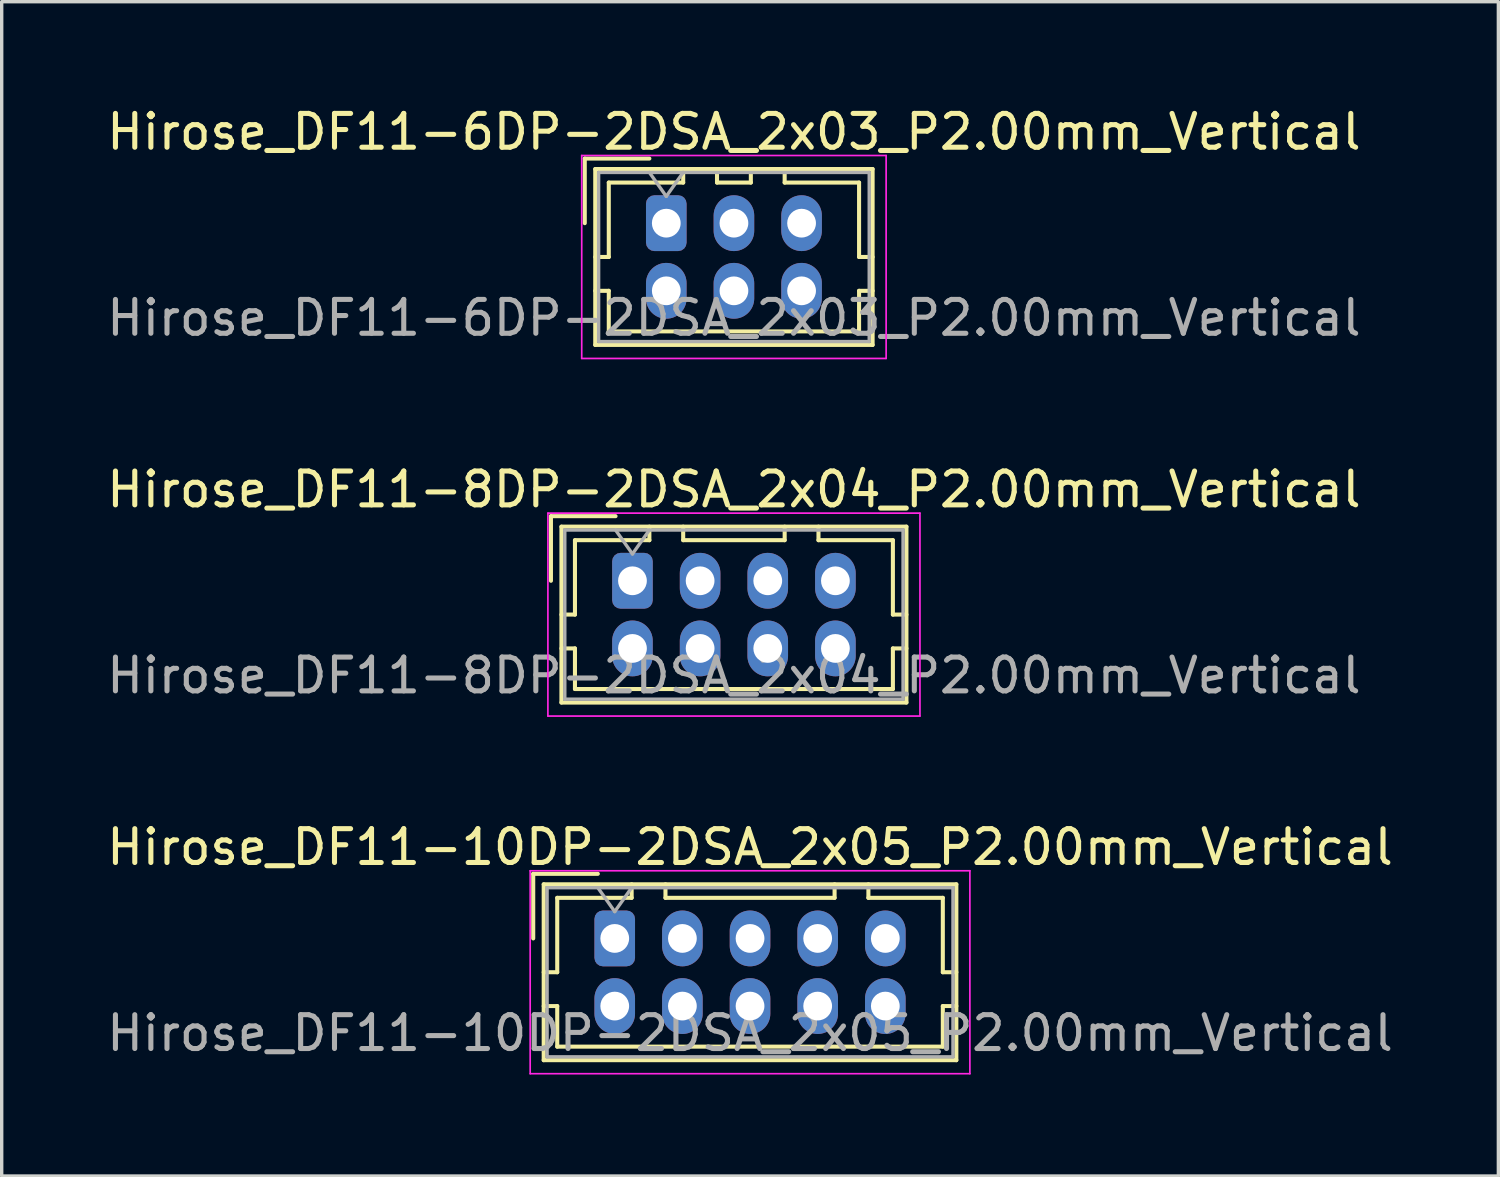
<source format=kicad_pcb>
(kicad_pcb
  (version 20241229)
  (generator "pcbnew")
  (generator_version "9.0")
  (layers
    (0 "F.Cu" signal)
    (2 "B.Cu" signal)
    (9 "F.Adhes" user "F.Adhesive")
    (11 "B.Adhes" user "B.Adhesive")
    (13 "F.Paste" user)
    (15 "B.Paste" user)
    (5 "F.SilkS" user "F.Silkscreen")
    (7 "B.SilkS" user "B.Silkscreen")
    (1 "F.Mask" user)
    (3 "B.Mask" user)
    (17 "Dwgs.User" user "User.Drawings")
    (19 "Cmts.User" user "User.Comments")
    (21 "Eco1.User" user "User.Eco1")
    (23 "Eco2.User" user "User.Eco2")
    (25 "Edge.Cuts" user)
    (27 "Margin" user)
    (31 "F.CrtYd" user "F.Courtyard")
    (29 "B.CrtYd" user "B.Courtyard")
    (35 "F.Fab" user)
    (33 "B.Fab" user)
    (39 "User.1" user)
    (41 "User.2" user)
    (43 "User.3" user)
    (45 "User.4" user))
  (footprint "Hirose_DF11-6DP-2DSA_2x03_P2.00mm_Vertical"
    (layer "F.Cu")
    (at 16.649 3.548)
    (property "Reference" "Hirose_DF11-6DP-2DSA_2x03_P2.00mm_Vertical" (at 2 -2.7 0) (layer "F.SilkS") (effects (font (size 1 1) (thickness 0.15))))
    (attr through_hole)
    (fp_line (start -2.41 -1.91) (end -0.5 -1.91) (stroke (width 0.12) (type solid)) (layer "F.SilkS"))
    (fp_line (start -2.41 0) (end -2.41 -1.91) (stroke (width 0.12) (type solid)) (layer "F.SilkS"))
    (fp_line (start -2.1 -1.6) (end -2.1 3.6) (stroke (width 0.12) (type solid)) (layer "F.SilkS"))
    (fp_line (start -2.1 1) (end -1.7 1) (stroke (width 0.12) (type solid)) (layer "F.SilkS"))
    (fp_line (start -2.1 2) (end -1.7 2) (stroke (width 0.12) (type solid)) (layer "F.SilkS"))
    (fp_line (start -2.1 3.6) (end 6.1 3.6) (stroke (width 0.12) (type solid)) (layer "F.SilkS"))
    (fp_line (start -1.7 -1.2) (end 0.5 -1.2) (stroke (width 0.12) (type solid)) (layer "F.SilkS"))
    (fp_line (start -1.7 1) (end -1.7 -1.2) (stroke (width 0.12) (type solid)) (layer "F.SilkS"))
    (fp_line (start -1.7 2) (end -1.7 3.2) (stroke (width 0.12) (type solid)) (layer "F.SilkS"))
    (fp_line (start -1.7 3.2) (end 5.7 3.2) (stroke (width 0.12) (type solid)) (layer "F.SilkS"))
    (fp_line (start 0.5 -1.2) (end 0.5 -1.6) (stroke (width 0.12) (type solid)) (layer "F.SilkS"))
    (fp_line (start 1.5 -1.6) (end 1.5 -1.2) (stroke (width 0.12) (type solid)) (layer "F.SilkS"))
    (fp_line (start 1.5 -1.2) (end 2.5 -1.2) (stroke (width 0.12) (type solid)) (layer "F.SilkS"))
    (fp_line (start 2.5 -1.2) (end 2.5 -1.6) (stroke (width 0.12) (type solid)) (layer "F.SilkS"))
    (fp_line (start 3.5 -1.2) (end 3.5 -1.6) (stroke (width 0.12) (type solid)) (layer "F.SilkS"))
    (fp_line (start 5.7 -1.2) (end 3.5 -1.2) (stroke (width 0.12) (type solid)) (layer "F.SilkS"))
    (fp_line (start 5.7 1) (end 5.7 -1.2) (stroke (width 0.12) (type solid)) (layer "F.SilkS"))
    (fp_line (start 5.7 2) (end 6.1 2) (stroke (width 0.12) (type solid)) (layer "F.SilkS"))
    (fp_line (start 5.7 3.2) (end 5.7 2) (stroke (width 0.12) (type solid)) (layer "F.SilkS"))
    (fp_line (start 6.1 -1.6) (end -2.1 -1.6) (stroke (width 0.12) (type solid)) (layer "F.SilkS"))
    (fp_line (start 6.1 1) (end 5.7 1) (stroke (width 0.12) (type solid)) (layer "F.SilkS"))
    (fp_line (start 6.1 3.6) (end 6.1 -1.6) (stroke (width 0.12) (type solid)) (layer "F.SilkS"))
    (fp_line (start -2.5 -2) (end -2.5 4) (stroke (width 0.05) (type solid)) (layer "F.CrtYd"))
    (fp_line (start -2.5 4) (end 6.5 4) (stroke (width 0.05) (type solid)) (layer "F.CrtYd"))
    (fp_line (start 6.5 -2) (end -2.5 -2) (stroke (width 0.05) (type solid)) (layer "F.CrtYd"))
    (fp_line (start 6.5 4) (end 6.5 -2) (stroke (width 0.05) (type solid)) (layer "F.CrtYd"))
    (fp_line (start -2 -1.5) (end -2 3.5) (stroke (width 0.1) (type solid)) (layer "F.Fab"))
    (fp_line (start -2 3.5) (end 6 3.5) (stroke (width 0.1) (type solid)) (layer "F.Fab"))
    (fp_line (start -0.5 -1.5) (end 0 -0.793) (stroke (width 0.1) (type solid)) (layer "F.Fab"))
    (fp_line (start 0 -0.793) (end 0.5 -1.5) (stroke (width 0.1) (type solid)) (layer "F.Fab"))
    (fp_line (start 6 -1.5) (end -2 -1.5) (stroke (width 0.1) (type solid)) (layer "F.Fab"))
    (fp_line (start 6 3.5) (end 6 -1.5) (stroke (width 0.1) (type solid)) (layer "F.Fab"))
    (fp_text user "${REFERENCE}" (at 2 2.8 0) (layer "F.Fab") (effects (font (size 1 1) (thickness 0.15))))
    (pad "1" thru_hole roundrect (at 0 0) (size 1.2 1.65) (drill 0.85) (layers "*.Cu" "*.Mask") (roundrect_rratio 0.208))
    (pad "2" thru_hole oval (at 0 2) (size 1.2 1.65) (drill 0.85) (layers "*.Cu" "*.Mask"))
    (pad "3" thru_hole oval (at 2 0) (size 1.2 1.65) (drill 0.85) (layers "*.Cu" "*.Mask"))
    (pad "4" thru_hole oval (at 2 2) (size 1.2 1.65) (drill 0.85) (layers "*.Cu" "*.Mask"))
    (pad "5" thru_hole oval (at 4 0) (size 1.2 1.65) (drill 0.85) (layers "*.Cu" "*.Mask"))
    (pad "6" thru_hole oval (at 4 2) (size 1.2 1.65) (drill 0.85) (layers "*.Cu" "*.Mask")))
  (footprint "Hirose_DF11-8DP-2DSA_2x04_P2.00mm_Vertical"
    (layer "F.Cu")
    (at 15.649 14.121)
    (property "Reference" "Hirose_DF11-8DP-2DSA_2x04_P2.00mm_Vertical" (at 3 -2.7 0) (layer "F.SilkS") (effects (font (size 1 1) (thickness 0.15))))
    (attr through_hole)
    (fp_line (start -2.41 -1.91) (end -0.5 -1.91) (stroke (width 0.12) (type solid)) (layer "F.SilkS"))
    (fp_line (start -2.41 0) (end -2.41 -1.91) (stroke (width 0.12) (type solid)) (layer "F.SilkS"))
    (fp_line (start -2.1 -1.6) (end -2.1 3.6) (stroke (width 0.12) (type solid)) (layer "F.SilkS"))
    (fp_line (start -2.1 1) (end -1.7 1) (stroke (width 0.12) (type solid)) (layer "F.SilkS"))
    (fp_line (start -2.1 2) (end -1.7 2) (stroke (width 0.12) (type solid)) (layer "F.SilkS"))
    (fp_line (start -2.1 3.6) (end 8.1 3.6) (stroke (width 0.12) (type solid)) (layer "F.SilkS"))
    (fp_line (start -1.7 -1.2) (end 0.5 -1.2) (stroke (width 0.12) (type solid)) (layer "F.SilkS"))
    (fp_line (start -1.7 1) (end -1.7 -1.2) (stroke (width 0.12) (type solid)) (layer "F.SilkS"))
    (fp_line (start -1.7 2) (end -1.7 3.2) (stroke (width 0.12) (type solid)) (layer "F.SilkS"))
    (fp_line (start -1.7 3.2) (end 7.7 3.2) (stroke (width 0.12) (type solid)) (layer "F.SilkS"))
    (fp_line (start 0.5 -1.2) (end 0.5 -1.6) (stroke (width 0.12) (type solid)) (layer "F.SilkS"))
    (fp_line (start 1.5 -1.6) (end 1.5 -1.2) (stroke (width 0.12) (type solid)) (layer "F.SilkS"))
    (fp_line (start 1.5 -1.2) (end 4.5 -1.2) (stroke (width 0.12) (type solid)) (layer "F.SilkS"))
    (fp_line (start 4.5 -1.2) (end 4.5 -1.6) (stroke (width 0.12) (type solid)) (layer "F.SilkS"))
    (fp_line (start 5.5 -1.2) (end 5.5 -1.6) (stroke (width 0.12) (type solid)) (layer "F.SilkS"))
    (fp_line (start 7.7 -1.2) (end 5.5 -1.2) (stroke (width 0.12) (type solid)) (layer "F.SilkS"))
    (fp_line (start 7.7 1) (end 7.7 -1.2) (stroke (width 0.12) (type solid)) (layer "F.SilkS"))
    (fp_line (start 7.7 2) (end 8.1 2) (stroke (width 0.12) (type solid)) (layer "F.SilkS"))
    (fp_line (start 7.7 3.2) (end 7.7 2) (stroke (width 0.12) (type solid)) (layer "F.SilkS"))
    (fp_line (start 8.1 -1.6) (end -2.1 -1.6) (stroke (width 0.12) (type solid)) (layer "F.SilkS"))
    (fp_line (start 8.1 1) (end 7.7 1) (stroke (width 0.12) (type solid)) (layer "F.SilkS"))
    (fp_line (start 8.1 3.6) (end 8.1 -1.6) (stroke (width 0.12) (type solid)) (layer "F.SilkS"))
    (fp_line (start -2.5 -2) (end -2.5 4) (stroke (width 0.05) (type solid)) (layer "F.CrtYd"))
    (fp_line (start -2.5 4) (end 8.5 4) (stroke (width 0.05) (type solid)) (layer "F.CrtYd"))
    (fp_line (start 8.5 -2) (end -2.5 -2) (stroke (width 0.05) (type solid)) (layer "F.CrtYd"))
    (fp_line (start 8.5 4) (end 8.5 -2) (stroke (width 0.05) (type solid)) (layer "F.CrtYd"))
    (fp_line (start -2 -1.5) (end -2 3.5) (stroke (width 0.1) (type solid)) (layer "F.Fab"))
    (fp_line (start -2 3.5) (end 8 3.5) (stroke (width 0.1) (type solid)) (layer "F.Fab"))
    (fp_line (start -0.5 -1.5) (end 0 -0.793) (stroke (width 0.1) (type solid)) (layer "F.Fab"))
    (fp_line (start 0 -0.793) (end 0.5 -1.5) (stroke (width 0.1) (type solid)) (layer "F.Fab"))
    (fp_line (start 8 -1.5) (end -2 -1.5) (stroke (width 0.1) (type solid)) (layer "F.Fab"))
    (fp_line (start 8 3.5) (end 8 -1.5) (stroke (width 0.1) (type solid)) (layer "F.Fab"))
    (fp_text user "${REFERENCE}" (at 3 2.8 0) (layer "F.Fab") (effects (font (size 1 1) (thickness 0.15))))
    (pad "1" thru_hole roundrect (at 0 0) (size 1.2 1.65) (drill 0.85) (layers "*.Cu" "*.Mask") (roundrect_rratio 0.208))
    (pad "2" thru_hole oval (at 0 2) (size 1.2 1.65) (drill 0.85) (layers "*.Cu" "*.Mask"))
    (pad "3" thru_hole oval (at 2 0) (size 1.2 1.65) (drill 0.85) (layers "*.Cu" "*.Mask"))
    (pad "4" thru_hole oval (at 2 2) (size 1.2 1.65) (drill 0.85) (layers "*.Cu" "*.Mask"))
    (pad "5" thru_hole oval (at 4 0) (size 1.2 1.65) (drill 0.85) (layers "*.Cu" "*.Mask"))
    (pad "6" thru_hole oval (at 4 2) (size 1.2 1.65) (drill 0.85) (layers "*.Cu" "*.Mask"))
    (pad "7" thru_hole oval (at 6 0) (size 1.2 1.65) (drill 0.85) (layers "*.Cu" "*.Mask"))
    (pad "8" thru_hole oval (at 6 2) (size 1.2 1.65) (drill 0.85) (layers "*.Cu" "*.Mask")))
  (footprint "Hirose_DF11-10DP-2DSA_2x05_P2.00mm_Vertical"
    (layer "F.Cu")
    (at 15.125 24.695)
    (property "Reference" "Hirose_DF11-10DP-2DSA_2x05_P2.00mm_Vertical" (at 4 -2.7 0) (layer "F.SilkS") (effects (font (size 1 1) (thickness 0.15))))
    (attr through_hole)
    (fp_line (start -2.41 -1.91) (end -0.5 -1.91) (stroke (width 0.12) (type solid)) (layer "F.SilkS"))
    (fp_line (start -2.41 0) (end -2.41 -1.91) (stroke (width 0.12) (type solid)) (layer "F.SilkS"))
    (fp_line (start -2.1 -1.6) (end -2.1 3.6) (stroke (width 0.12) (type solid)) (layer "F.SilkS"))
    (fp_line (start -2.1 1) (end -1.7 1) (stroke (width 0.12) (type solid)) (layer "F.SilkS"))
    (fp_line (start -2.1 2) (end -1.7 2) (stroke (width 0.12) (type solid)) (layer "F.SilkS"))
    (fp_line (start -2.1 3.6) (end 10.1 3.6) (stroke (width 0.12) (type solid)) (layer "F.SilkS"))
    (fp_line (start -1.7 -1.2) (end 0.5 -1.2) (stroke (width 0.12) (type solid)) (layer "F.SilkS"))
    (fp_line (start -1.7 1) (end -1.7 -1.2) (stroke (width 0.12) (type solid)) (layer "F.SilkS"))
    (fp_line (start -1.7 2) (end -1.7 3.2) (stroke (width 0.12) (type solid)) (layer "F.SilkS"))
    (fp_line (start -1.7 3.2) (end 9.7 3.2) (stroke (width 0.12) (type solid)) (layer "F.SilkS"))
    (fp_line (start 0.5 -1.2) (end 0.5 -1.6) (stroke (width 0.12) (type solid)) (layer "F.SilkS"))
    (fp_line (start 1.5 -1.6) (end 1.5 -1.2) (stroke (width 0.12) (type solid)) (layer "F.SilkS"))
    (fp_line (start 1.5 -1.2) (end 6.5 -1.2) (stroke (width 0.12) (type solid)) (layer "F.SilkS"))
    (fp_line (start 6.5 -1.2) (end 6.5 -1.6) (stroke (width 0.12) (type solid)) (layer "F.SilkS"))
    (fp_line (start 7.5 -1.2) (end 7.5 -1.6) (stroke (width 0.12) (type solid)) (layer "F.SilkS"))
    (fp_line (start 9.7 -1.2) (end 7.5 -1.2) (stroke (width 0.12) (type solid)) (layer "F.SilkS"))
    (fp_line (start 9.7 1) (end 9.7 -1.2) (stroke (width 0.12) (type solid)) (layer "F.SilkS"))
    (fp_line (start 9.7 2) (end 10.1 2) (stroke (width 0.12) (type solid)) (layer "F.SilkS"))
    (fp_line (start 9.7 3.2) (end 9.7 2) (stroke (width 0.12) (type solid)) (layer "F.SilkS"))
    (fp_line (start 10.1 -1.6) (end -2.1 -1.6) (stroke (width 0.12) (type solid)) (layer "F.SilkS"))
    (fp_line (start 10.1 1) (end 9.7 1) (stroke (width 0.12) (type solid)) (layer "F.SilkS"))
    (fp_line (start 10.1 3.6) (end 10.1 -1.6) (stroke (width 0.12) (type solid)) (layer "F.SilkS"))
    (fp_line (start -2.5 -2) (end -2.5 4) (stroke (width 0.05) (type solid)) (layer "F.CrtYd"))
    (fp_line (start -2.5 4) (end 10.5 4) (stroke (width 0.05) (type solid)) (layer "F.CrtYd"))
    (fp_line (start 10.5 -2) (end -2.5 -2) (stroke (width 0.05) (type solid)) (layer "F.CrtYd"))
    (fp_line (start 10.5 4) (end 10.5 -2) (stroke (width 0.05) (type solid)) (layer "F.CrtYd"))
    (fp_line (start -2 -1.5) (end -2 3.5) (stroke (width 0.1) (type solid)) (layer "F.Fab"))
    (fp_line (start -2 3.5) (end 10 3.5) (stroke (width 0.1) (type solid)) (layer "F.Fab"))
    (fp_line (start -0.5 -1.5) (end 0 -0.793) (stroke (width 0.1) (type solid)) (layer "F.Fab"))
    (fp_line (start 0 -0.793) (end 0.5 -1.5) (stroke (width 0.1) (type solid)) (layer "F.Fab"))
    (fp_line (start 10 -1.5) (end -2 -1.5) (stroke (width 0.1) (type solid)) (layer "F.Fab"))
    (fp_line (start 10 3.5) (end 10 -1.5) (stroke (width 0.1) (type solid)) (layer "F.Fab"))
    (fp_text user "${REFERENCE}" (at 4 2.8 0) (layer "F.Fab") (effects (font (size 1 1) (thickness 0.15))))
    (pad "1" thru_hole roundrect (at 0 0) (size 1.2 1.65) (drill 0.85) (layers "*.Cu" "*.Mask") (roundrect_rratio 0.208))
    (pad "2" thru_hole oval (at 0 2) (size 1.2 1.65) (drill 0.85) (layers "*.Cu" "*.Mask"))
    (pad "3" thru_hole oval (at 2 0) (size 1.2 1.65) (drill 0.85) (layers "*.Cu" "*.Mask"))
    (pad "4" thru_hole oval (at 2 2) (size 1.2 1.65) (drill 0.85) (layers "*.Cu" "*.Mask"))
    (pad "5" thru_hole oval (at 4 0) (size 1.2 1.65) (drill 0.85) (layers "*.Cu" "*.Mask"))
    (pad "6" thru_hole oval (at 4 2) (size 1.2 1.65) (drill 0.85) (layers "*.Cu" "*.Mask"))
    (pad "7" thru_hole oval (at 6 0) (size 1.2 1.65) (drill 0.85) (layers "*.Cu" "*.Mask"))
    (pad "8" thru_hole oval (at 6 2) (size 1.2 1.65) (drill 0.85) (layers "*.Cu" "*.Mask"))
    (pad "9" thru_hole oval (at 8 0) (size 1.2 1.65) (drill 0.85) (layers "*.Cu" "*.Mask"))
    (pad "10" thru_hole oval (at 8 2) (size 1.2 1.65) (drill 0.85) (layers "*.Cu" "*.Mask")))
  (gr_rect
    (start -3 -3)
    (end 41.25 31.72)
    (stroke (width 0.1) (type default))
    (fill no)
    (layer "Edge.Cuts")))
</source>
